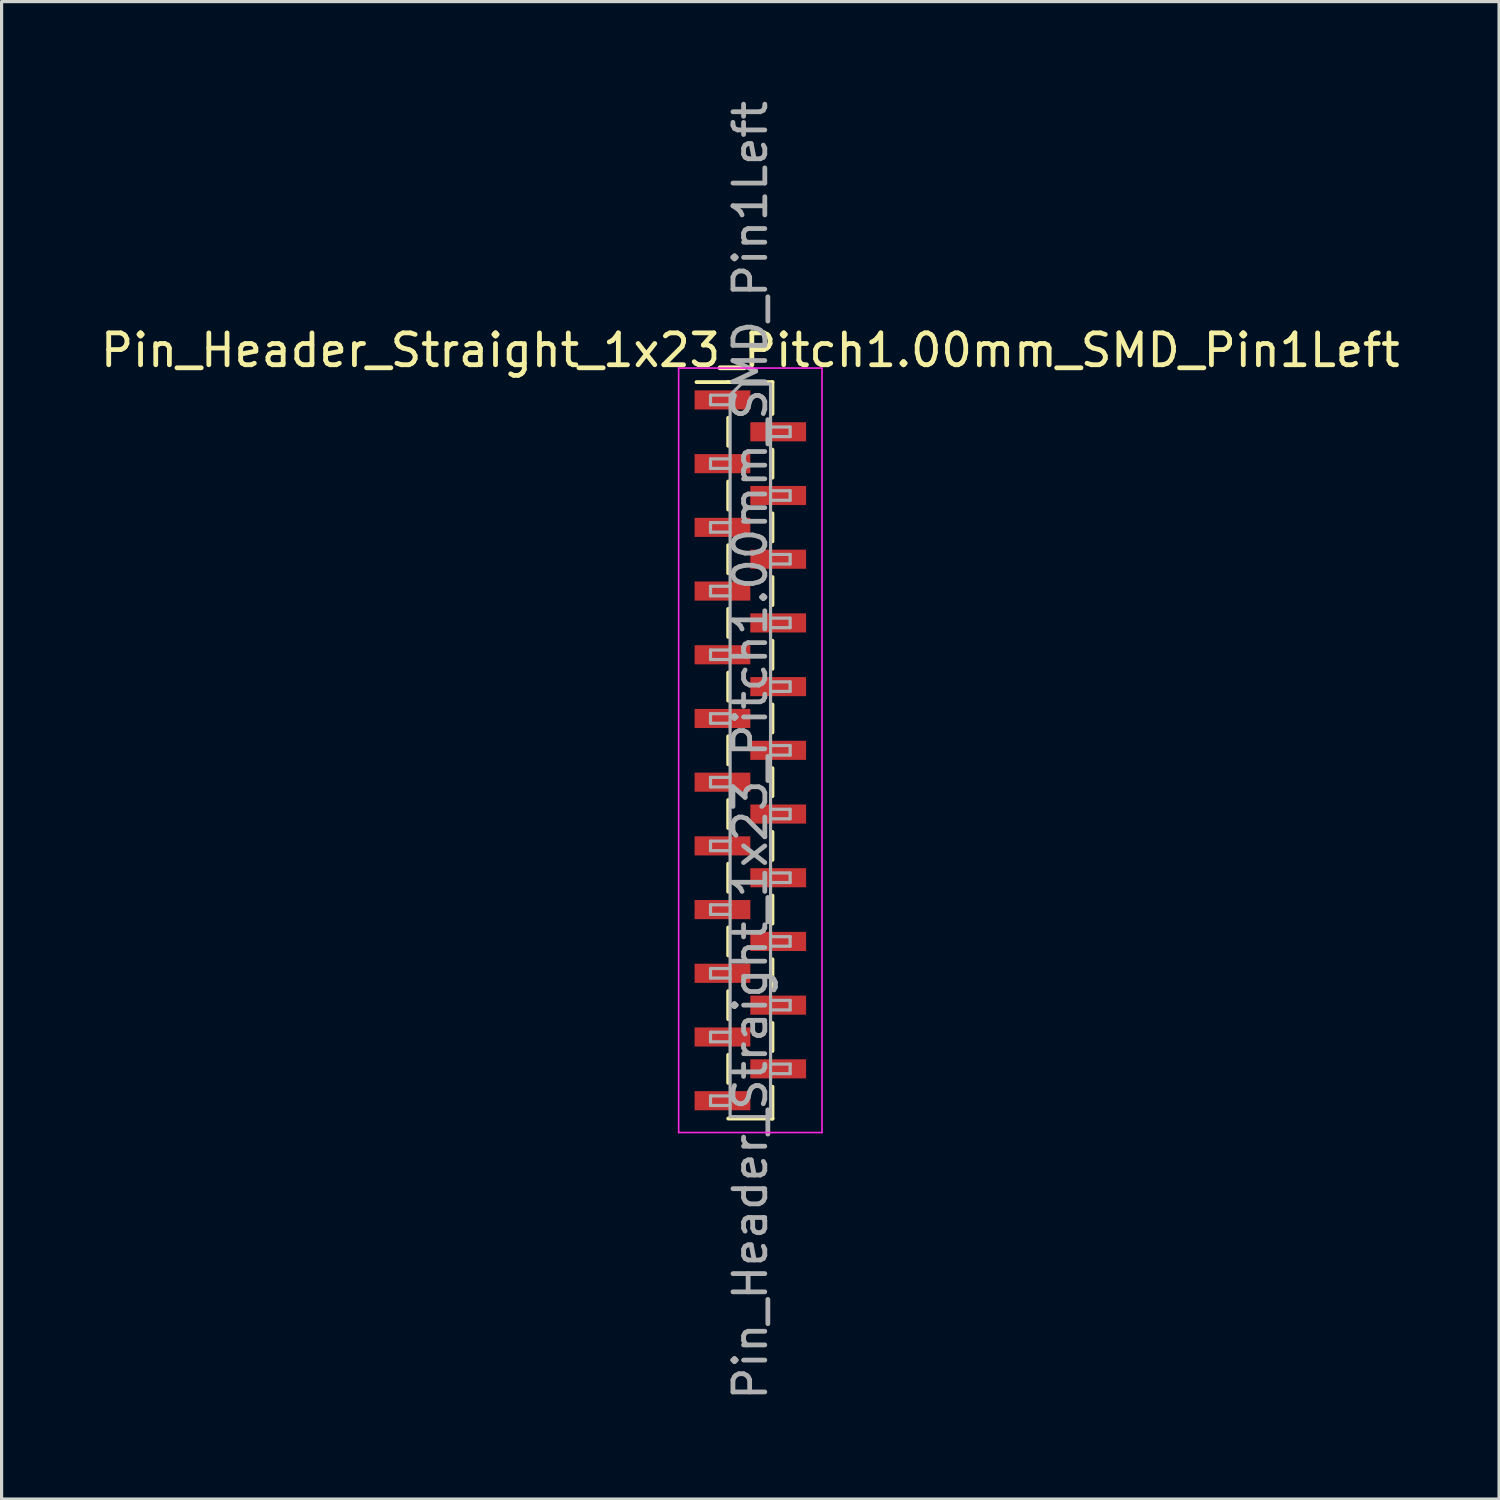
<source format=kicad_pcb>
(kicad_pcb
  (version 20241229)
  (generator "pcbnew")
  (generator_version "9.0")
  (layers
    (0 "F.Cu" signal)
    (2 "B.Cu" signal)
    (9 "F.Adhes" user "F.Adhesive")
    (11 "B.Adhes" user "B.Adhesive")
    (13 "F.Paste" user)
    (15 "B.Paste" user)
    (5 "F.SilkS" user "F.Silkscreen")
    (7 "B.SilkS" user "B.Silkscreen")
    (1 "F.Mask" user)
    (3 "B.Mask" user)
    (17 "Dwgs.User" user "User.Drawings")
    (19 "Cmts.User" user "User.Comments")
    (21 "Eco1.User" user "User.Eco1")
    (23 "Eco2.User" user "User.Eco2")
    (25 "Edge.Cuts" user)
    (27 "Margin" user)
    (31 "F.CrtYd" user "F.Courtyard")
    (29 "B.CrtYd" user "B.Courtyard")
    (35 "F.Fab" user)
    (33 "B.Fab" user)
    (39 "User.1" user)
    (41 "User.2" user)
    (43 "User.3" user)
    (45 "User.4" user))
  (footprint "Pin_Header_Straight_1x23_Pitch1.00mm_SMD_Pin1Left"
    (layer "F.Cu")
    (at 20.506 20.506)
    (property "Reference" "Pin_Header_Straight_1x23_Pitch1.00mm_SMD_Pin1Left" (at 0 -12.56 0) (layer "F.SilkS") (effects (font (size 1 1) (thickness 0.15))))
    (attr smd)
    (fp_line (start -0.695 -11.56) (end -1.69 -11.56) (stroke (width 0.12) (type solid)) (layer "F.SilkS"))
    (fp_line (start -0.695 -11.56) (end -0.695 -11.56) (stroke (width 0.12) (type solid)) (layer "F.SilkS"))
    (fp_line (start -0.695 -11.56) (end 0.695 -11.56) (stroke (width 0.12) (type solid)) (layer "F.SilkS"))
    (fp_line (start -0.695 -10.44) (end -0.695 -9.56) (stroke (width 0.12) (type solid)) (layer "F.SilkS"))
    (fp_line (start -0.695 -8.44) (end -0.695 -7.56) (stroke (width 0.12) (type solid)) (layer "F.SilkS"))
    (fp_line (start -0.695 -6.44) (end -0.695 -5.56) (stroke (width 0.12) (type solid)) (layer "F.SilkS"))
    (fp_line (start -0.695 -4.44) (end -0.695 -3.56) (stroke (width 0.12) (type solid)) (layer "F.SilkS"))
    (fp_line (start -0.695 -2.44) (end -0.695 -1.56) (stroke (width 0.12) (type solid)) (layer "F.SilkS"))
    (fp_line (start -0.695 -0.44) (end -0.695 0.44) (stroke (width 0.12) (type solid)) (layer "F.SilkS"))
    (fp_line (start -0.695 1.56) (end -0.695 2.44) (stroke (width 0.12) (type solid)) (layer "F.SilkS"))
    (fp_line (start -0.695 3.56) (end -0.695 4.44) (stroke (width 0.12) (type solid)) (layer "F.SilkS"))
    (fp_line (start -0.695 5.56) (end -0.695 6.44) (stroke (width 0.12) (type solid)) (layer "F.SilkS"))
    (fp_line (start -0.695 7.56) (end -0.695 8.44) (stroke (width 0.12) (type solid)) (layer "F.SilkS"))
    (fp_line (start -0.695 9.56) (end -0.695 10.44) (stroke (width 0.12) (type solid)) (layer "F.SilkS"))
    (fp_line (start -0.695 11.56) (end 0.695 11.56) (stroke (width 0.12) (type solid)) (layer "F.SilkS"))
    (fp_line (start 0.695 -11.56) (end 0.695 -10.56) (stroke (width 0.12) (type solid)) (layer "F.SilkS"))
    (fp_line (start 0.695 -9.44) (end 0.695 -8.56) (stroke (width 0.12) (type solid)) (layer "F.SilkS"))
    (fp_line (start 0.695 -7.44) (end 0.695 -6.56) (stroke (width 0.12) (type solid)) (layer "F.SilkS"))
    (fp_line (start 0.695 -5.44) (end 0.695 -4.56) (stroke (width 0.12) (type solid)) (layer "F.SilkS"))
    (fp_line (start 0.695 -3.44) (end 0.695 -2.56) (stroke (width 0.12) (type solid)) (layer "F.SilkS"))
    (fp_line (start 0.695 -1.44) (end 0.695 -0.56) (stroke (width 0.12) (type solid)) (layer "F.SilkS"))
    (fp_line (start 0.695 0.56) (end 0.695 1.44) (stroke (width 0.12) (type solid)) (layer "F.SilkS"))
    (fp_line (start 0.695 2.56) (end 0.695 3.44) (stroke (width 0.12) (type solid)) (layer "F.SilkS"))
    (fp_line (start 0.695 4.56) (end 0.695 5.44) (stroke (width 0.12) (type solid)) (layer "F.SilkS"))
    (fp_line (start 0.695 6.56) (end 0.695 7.44) (stroke (width 0.12) (type solid)) (layer "F.SilkS"))
    (fp_line (start 0.695 8.56) (end 0.695 9.44) (stroke (width 0.12) (type solid)) (layer "F.SilkS"))
    (fp_line (start 0.695 10.56) (end 0.695 11.56) (stroke (width 0.12) (type solid)) (layer "F.SilkS"))
    (fp_line (start 0.695 11.56) (end 0.695 11.56) (stroke (width 0.12) (type solid)) (layer "F.SilkS"))
    (fp_line (start -2.25 -12) (end -2.25 12) (stroke (width 0.05) (type solid)) (layer "F.CrtYd"))
    (fp_line (start -2.25 12) (end 2.25 12) (stroke (width 0.05) (type solid)) (layer "F.CrtYd"))
    (fp_line (start 2.25 -12) (end -2.25 -12) (stroke (width 0.05) (type solid)) (layer "F.CrtYd"))
    (fp_line (start 2.25 12) (end 2.25 -12) (stroke (width 0.05) (type solid)) (layer "F.CrtYd"))
    (fp_line (start -1.25 -11.15) (end -1.25 -10.85) (stroke (width 0.1) (type solid)) (layer "F.Fab"))
    (fp_line (start -1.25 -10.85) (end -0.635 -10.85) (stroke (width 0.1) (type solid)) (layer "F.Fab"))
    (fp_line (start -1.25 -9.15) (end -1.25 -8.85) (stroke (width 0.1) (type solid)) (layer "F.Fab"))
    (fp_line (start -1.25 -8.85) (end -0.635 -8.85) (stroke (width 0.1) (type solid)) (layer "F.Fab"))
    (fp_line (start -1.25 -7.15) (end -1.25 -6.85) (stroke (width 0.1) (type solid)) (layer "F.Fab"))
    (fp_line (start -1.25 -6.85) (end -0.635 -6.85) (stroke (width 0.1) (type solid)) (layer "F.Fab"))
    (fp_line (start -1.25 -5.15) (end -1.25 -4.85) (stroke (width 0.1) (type solid)) (layer "F.Fab"))
    (fp_line (start -1.25 -4.85) (end -0.635 -4.85) (stroke (width 0.1) (type solid)) (layer "F.Fab"))
    (fp_line (start -1.25 -3.15) (end -1.25 -2.85) (stroke (width 0.1) (type solid)) (layer "F.Fab"))
    (fp_line (start -1.25 -2.85) (end -0.635 -2.85) (stroke (width 0.1) (type solid)) (layer "F.Fab"))
    (fp_line (start -1.25 -1.15) (end -1.25 -0.85) (stroke (width 0.1) (type solid)) (layer "F.Fab"))
    (fp_line (start -1.25 -0.85) (end -0.635 -0.85) (stroke (width 0.1) (type solid)) (layer "F.Fab"))
    (fp_line (start -1.25 0.85) (end -1.25 1.15) (stroke (width 0.1) (type solid)) (layer "F.Fab"))
    (fp_line (start -1.25 1.15) (end -0.635 1.15) (stroke (width 0.1) (type solid)) (layer "F.Fab"))
    (fp_line (start -1.25 2.85) (end -1.25 3.15) (stroke (width 0.1) (type solid)) (layer "F.Fab"))
    (fp_line (start -1.25 3.15) (end -0.635 3.15) (stroke (width 0.1) (type solid)) (layer "F.Fab"))
    (fp_line (start -1.25 4.85) (end -1.25 5.15) (stroke (width 0.1) (type solid)) (layer "F.Fab"))
    (fp_line (start -1.25 5.15) (end -0.635 5.15) (stroke (width 0.1) (type solid)) (layer "F.Fab"))
    (fp_line (start -1.25 6.85) (end -1.25 7.15) (stroke (width 0.1) (type solid)) (layer "F.Fab"))
    (fp_line (start -1.25 7.15) (end -0.635 7.15) (stroke (width 0.1) (type solid)) (layer "F.Fab"))
    (fp_line (start -1.25 8.85) (end -1.25 9.15) (stroke (width 0.1) (type solid)) (layer "F.Fab"))
    (fp_line (start -1.25 9.15) (end -0.635 9.15) (stroke (width 0.1) (type solid)) (layer "F.Fab"))
    (fp_line (start -1.25 10.85) (end -1.25 11.15) (stroke (width 0.1) (type solid)) (layer "F.Fab"))
    (fp_line (start -1.25 11.15) (end -0.635 11.15) (stroke (width 0.1) (type solid)) (layer "F.Fab"))
    (fp_line (start -0.635 -11.15) (end -1.25 -11.15) (stroke (width 0.1) (type solid)) (layer "F.Fab"))
    (fp_line (start -0.635 -11.15) (end -0.285 -11.5) (stroke (width 0.1) (type solid)) (layer "F.Fab"))
    (fp_line (start -0.635 -9.15) (end -1.25 -9.15) (stroke (width 0.1) (type solid)) (layer "F.Fab"))
    (fp_line (start -0.635 -7.15) (end -1.25 -7.15) (stroke (width 0.1) (type solid)) (layer "F.Fab"))
    (fp_line (start -0.635 -5.15) (end -1.25 -5.15) (stroke (width 0.1) (type solid)) (layer "F.Fab"))
    (fp_line (start -0.635 -3.15) (end -1.25 -3.15) (stroke (width 0.1) (type solid)) (layer "F.Fab"))
    (fp_line (start -0.635 -1.15) (end -1.25 -1.15) (stroke (width 0.1) (type solid)) (layer "F.Fab"))
    (fp_line (start -0.635 0.85) (end -1.25 0.85) (stroke (width 0.1) (type solid)) (layer "F.Fab"))
    (fp_line (start -0.635 2.85) (end -1.25 2.85) (stroke (width 0.1) (type solid)) (layer "F.Fab"))
    (fp_line (start -0.635 4.85) (end -1.25 4.85) (stroke (width 0.1) (type solid)) (layer "F.Fab"))
    (fp_line (start -0.635 6.85) (end -1.25 6.85) (stroke (width 0.1) (type solid)) (layer "F.Fab"))
    (fp_line (start -0.635 8.85) (end -1.25 8.85) (stroke (width 0.1) (type solid)) (layer "F.Fab"))
    (fp_line (start -0.635 10.85) (end -1.25 10.85) (stroke (width 0.1) (type solid)) (layer "F.Fab"))
    (fp_line (start -0.635 11.5) (end -0.635 -11.15) (stroke (width 0.1) (type solid)) (layer "F.Fab"))
    (fp_line (start -0.285 -11.5) (end 0.635 -11.5) (stroke (width 0.1) (type solid)) (layer "F.Fab"))
    (fp_line (start 0.635 -11.5) (end 0.635 11.5) (stroke (width 0.1) (type solid)) (layer "F.Fab"))
    (fp_line (start 0.635 -10.15) (end 1.25 -10.15) (stroke (width 0.1) (type solid)) (layer "F.Fab"))
    (fp_line (start 0.635 -8.15) (end 1.25 -8.15) (stroke (width 0.1) (type solid)) (layer "F.Fab"))
    (fp_line (start 0.635 -6.15) (end 1.25 -6.15) (stroke (width 0.1) (type solid)) (layer "F.Fab"))
    (fp_line (start 0.635 -4.15) (end 1.25 -4.15) (stroke (width 0.1) (type solid)) (layer "F.Fab"))
    (fp_line (start 0.635 -2.15) (end 1.25 -2.15) (stroke (width 0.1) (type solid)) (layer "F.Fab"))
    (fp_line (start 0.635 -0.15) (end 1.25 -0.15) (stroke (width 0.1) (type solid)) (layer "F.Fab"))
    (fp_line (start 0.635 1.85) (end 1.25 1.85) (stroke (width 0.1) (type solid)) (layer "F.Fab"))
    (fp_line (start 0.635 3.85) (end 1.25 3.85) (stroke (width 0.1) (type solid)) (layer "F.Fab"))
    (fp_line (start 0.635 5.85) (end 1.25 5.85) (stroke (width 0.1) (type solid)) (layer "F.Fab"))
    (fp_line (start 0.635 7.85) (end 1.25 7.85) (stroke (width 0.1) (type solid)) (layer "F.Fab"))
    (fp_line (start 0.635 9.85) (end 1.25 9.85) (stroke (width 0.1) (type solid)) (layer "F.Fab"))
    (fp_line (start 0.635 11.5) (end -0.635 11.5) (stroke (width 0.1) (type solid)) (layer "F.Fab"))
    (fp_line (start 1.25 -10.15) (end 1.25 -9.85) (stroke (width 0.1) (type solid)) (layer "F.Fab"))
    (fp_line (start 1.25 -9.85) (end 0.635 -9.85) (stroke (width 0.1) (type solid)) (layer "F.Fab"))
    (fp_line (start 1.25 -8.15) (end 1.25 -7.85) (stroke (width 0.1) (type solid)) (layer "F.Fab"))
    (fp_line (start 1.25 -7.85) (end 0.635 -7.85) (stroke (width 0.1) (type solid)) (layer "F.Fab"))
    (fp_line (start 1.25 -6.15) (end 1.25 -5.85) (stroke (width 0.1) (type solid)) (layer "F.Fab"))
    (fp_line (start 1.25 -5.85) (end 0.635 -5.85) (stroke (width 0.1) (type solid)) (layer "F.Fab"))
    (fp_line (start 1.25 -4.15) (end 1.25 -3.85) (stroke (width 0.1) (type solid)) (layer "F.Fab"))
    (fp_line (start 1.25 -3.85) (end 0.635 -3.85) (stroke (width 0.1) (type solid)) (layer "F.Fab"))
    (fp_line (start 1.25 -2.15) (end 1.25 -1.85) (stroke (width 0.1) (type solid)) (layer "F.Fab"))
    (fp_line (start 1.25 -1.85) (end 0.635 -1.85) (stroke (width 0.1) (type solid)) (layer "F.Fab"))
    (fp_line (start 1.25 -0.15) (end 1.25 0.15) (stroke (width 0.1) (type solid)) (layer "F.Fab"))
    (fp_line (start 1.25 0.15) (end 0.635 0.15) (stroke (width 0.1) (type solid)) (layer "F.Fab"))
    (fp_line (start 1.25 1.85) (end 1.25 2.15) (stroke (width 0.1) (type solid)) (layer "F.Fab"))
    (fp_line (start 1.25 2.15) (end 0.635 2.15) (stroke (width 0.1) (type solid)) (layer "F.Fab"))
    (fp_line (start 1.25 3.85) (end 1.25 4.15) (stroke (width 0.1) (type solid)) (layer "F.Fab"))
    (fp_line (start 1.25 4.15) (end 0.635 4.15) (stroke (width 0.1) (type solid)) (layer "F.Fab"))
    (fp_line (start 1.25 5.85) (end 1.25 6.15) (stroke (width 0.1) (type solid)) (layer "F.Fab"))
    (fp_line (start 1.25 6.15) (end 0.635 6.15) (stroke (width 0.1) (type solid)) (layer "F.Fab"))
    (fp_line (start 1.25 7.85) (end 1.25 8.15) (stroke (width 0.1) (type solid)) (layer "F.Fab"))
    (fp_line (start 1.25 8.15) (end 0.635 8.15) (stroke (width 0.1) (type solid)) (layer "F.Fab"))
    (fp_line (start 1.25 9.85) (end 1.25 10.15) (stroke (width 0.1) (type solid)) (layer "F.Fab"))
    (fp_line (start 1.25 10.15) (end 0.635 10.15) (stroke (width 0.1) (type solid)) (layer "F.Fab"))
    (fp_text user "${REFERENCE}" (at 0 0 90) (layer "F.Fab") (effects (font (size 1 1) (thickness 0.15))))
    (pad "1" smd rect (at -0.875 -11) (size 1.75 0.6) (layers "F.Cu" "F.Mask" "F.Paste"))
    (pad "2" smd rect (at 0.875 -10) (size 1.75 0.6) (layers "F.Cu" "F.Mask" "F.Paste"))
    (pad "3" smd rect (at -0.875 -9) (size 1.75 0.6) (layers "F.Cu" "F.Mask" "F.Paste"))
    (pad "4" smd rect (at 0.875 -8) (size 1.75 0.6) (layers "F.Cu" "F.Mask" "F.Paste"))
    (pad "5" smd rect (at -0.875 -7) (size 1.75 0.6) (layers "F.Cu" "F.Mask" "F.Paste"))
    (pad "6" smd rect (at 0.875 -6) (size 1.75 0.6) (layers "F.Cu" "F.Mask" "F.Paste"))
    (pad "7" smd rect (at -0.875 -5) (size 1.75 0.6) (layers "F.Cu" "F.Mask" "F.Paste"))
    (pad "8" smd rect (at 0.875 -4) (size 1.75 0.6) (layers "F.Cu" "F.Mask" "F.Paste"))
    (pad "9" smd rect (at -0.875 -3) (size 1.75 0.6) (layers "F.Cu" "F.Mask" "F.Paste"))
    (pad "10" smd rect (at 0.875 -2) (size 1.75 0.6) (layers "F.Cu" "F.Mask" "F.Paste"))
    (pad "11" smd rect (at -0.875 -1) (size 1.75 0.6) (layers "F.Cu" "F.Mask" "F.Paste"))
    (pad "12" smd rect (at 0.875 0) (size 1.75 0.6) (layers "F.Cu" "F.Mask" "F.Paste"))
    (pad "13" smd rect (at -0.875 1) (size 1.75 0.6) (layers "F.Cu" "F.Mask" "F.Paste"))
    (pad "14" smd rect (at 0.875 2) (size 1.75 0.6) (layers "F.Cu" "F.Mask" "F.Paste"))
    (pad "15" smd rect (at -0.875 3) (size 1.75 0.6) (layers "F.Cu" "F.Mask" "F.Paste"))
    (pad "16" smd rect (at 0.875 4) (size 1.75 0.6) (layers "F.Cu" "F.Mask" "F.Paste"))
    (pad "17" smd rect (at -0.875 5) (size 1.75 0.6) (layers "F.Cu" "F.Mask" "F.Paste"))
    (pad "18" smd rect (at 0.875 6) (size 1.75 0.6) (layers "F.Cu" "F.Mask" "F.Paste"))
    (pad "19" smd rect (at -0.875 7) (size 1.75 0.6) (layers "F.Cu" "F.Mask" "F.Paste"))
    (pad "20" smd rect (at 0.875 8) (size 1.75 0.6) (layers "F.Cu" "F.Mask" "F.Paste"))
    (pad "21" smd rect (at -0.875 9) (size 1.75 0.6) (layers "F.Cu" "F.Mask" "F.Paste"))
    (pad "22" smd rect (at 0.875 10) (size 1.75 0.6) (layers "F.Cu" "F.Mask" "F.Paste"))
    (pad "23" smd rect (at -0.875 11) (size 1.75 0.6) (layers "F.Cu" "F.Mask" "F.Paste")))
  (gr_rect
    (start -3 -3)
    (end 44.012 44.012)
    (stroke (width 0.1) (type default))
    (fill no)
    (layer "Edge.Cuts")))
</source>
